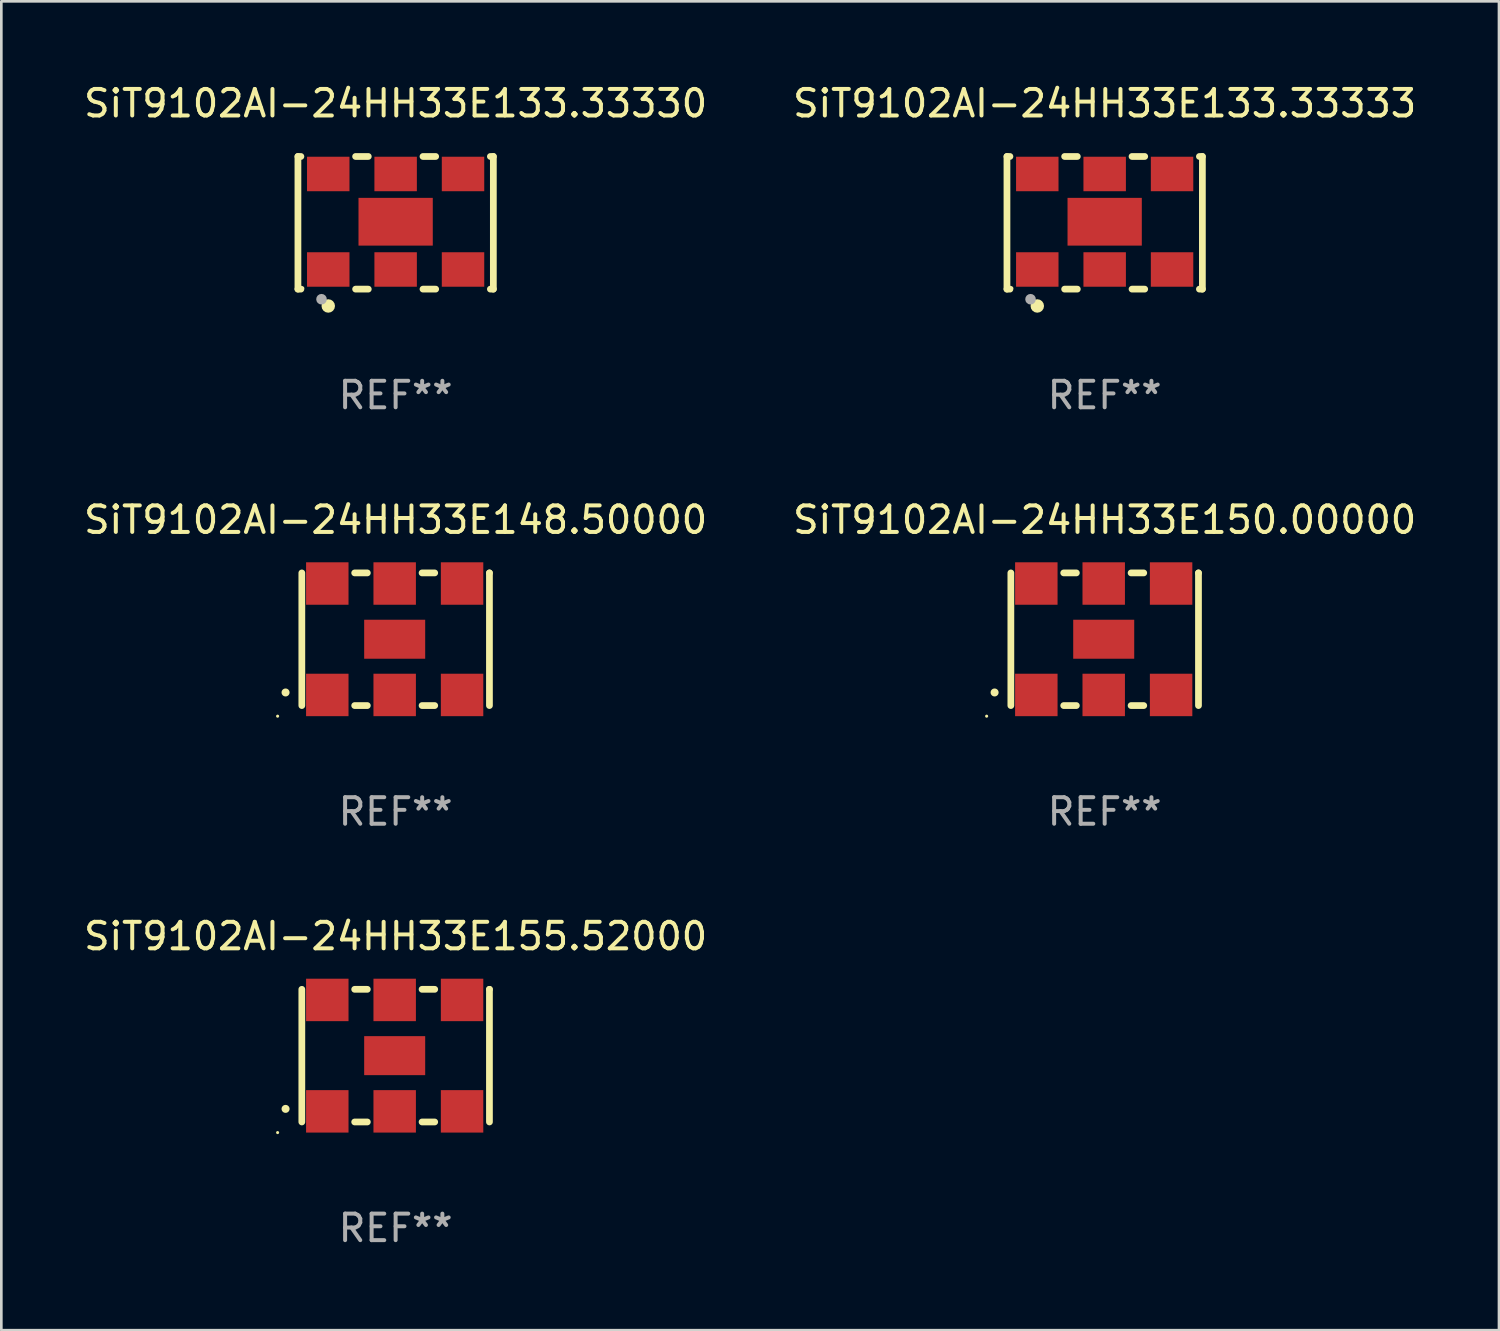
<source format=kicad_pcb>
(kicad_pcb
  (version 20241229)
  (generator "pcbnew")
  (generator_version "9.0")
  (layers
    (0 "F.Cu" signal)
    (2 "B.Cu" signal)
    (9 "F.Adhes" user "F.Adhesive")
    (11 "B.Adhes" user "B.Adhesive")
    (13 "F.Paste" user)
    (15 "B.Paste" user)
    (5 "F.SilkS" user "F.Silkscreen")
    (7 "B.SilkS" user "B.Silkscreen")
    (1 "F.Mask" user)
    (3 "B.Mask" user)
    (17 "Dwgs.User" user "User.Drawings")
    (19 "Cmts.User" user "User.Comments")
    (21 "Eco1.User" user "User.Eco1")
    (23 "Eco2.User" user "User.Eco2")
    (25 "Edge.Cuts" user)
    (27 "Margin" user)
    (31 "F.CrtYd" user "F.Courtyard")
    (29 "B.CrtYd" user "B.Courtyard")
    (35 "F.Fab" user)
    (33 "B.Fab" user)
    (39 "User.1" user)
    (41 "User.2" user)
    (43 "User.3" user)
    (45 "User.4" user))
  (footprint "SiT9102AI-24HH33E148.50000"
    (layer "F.Cu")
    (at 11.863 21.045)
    (property "Reference" "SiT9102AI-24HH33E148.50000" (at 0 -4.5 0) (layer "F.SilkS") (effects (font (size 1 1) (thickness 0.15))))
    (attr through_hole)
    (fp_line (start -3.536 -2.5) (end -3.536 2.5) (stroke (width 0.254) (type solid)) (layer "F.SilkS"))
    (fp_line (start -1.544 2.5) (end -1.067 2.5) (stroke (width 0.254) (type solid)) (layer "F.SilkS"))
    (fp_line (start -1.067 -2.5) (end -1.544 -2.5) (stroke (width 0.254) (type solid)) (layer "F.SilkS"))
    (fp_line (start 0.996 2.5) (end 1.473 2.5) (stroke (width 0.254) (type solid)) (layer "F.SilkS"))
    (fp_line (start 1.473 -2.5) (end 0.996 -2.5) (stroke (width 0.254) (type solid)) (layer "F.SilkS"))
    (fp_line (start 3.536 -2.5) (end 3.536 -2.5) (stroke (width 0.254) (type solid)) (layer "F.SilkS"))
    (fp_line (start 3.536 2.5) (end 3.536 -2.5) (stroke (width 0.254) (type solid)) (layer "F.SilkS"))
    (fp_arc (start -4.150432 2.006604) (mid -4.149162 2.006599) (end -4.147892 2.006604) (stroke (width 0.3) (type solid)) (layer "F.SilkS"))
    (fp_circle (center -4.449 2.9) (end -4.419 2.9) (stroke (width 0.06) (type solid)) (fill no) (layer "F.SilkS"))
    (fp_text user "REF**" (at 0 6.5 0) (layer "F.Fab") (effects (font (size 1 1) (thickness 0.15))))
    (pad "1" smd rect (at -2.576 2.1) (size 1.6 1.6) (layers "F.Cu" "F.Mask" "F.Paste"))
    (pad "2" smd rect (at -0.036 2.1) (size 1.6 1.6) (layers "F.Cu" "F.Mask" "F.Paste"))
    (pad "3" smd rect (at 2.504 2.1) (size 1.6 1.6) (layers "F.Cu" "F.Mask" "F.Paste"))
    (pad "4" smd rect (at 2.504 -2.1) (size 1.6 1.6) (layers "F.Cu" "F.Mask" "F.Paste"))
    (pad "5" smd rect (at -0.036 -2.1) (size 1.6 1.6) (layers "F.Cu" "F.Mask" "F.Paste"))
    (pad "6" smd rect (at -2.576 -2.1) (size 1.6 1.6) (layers "F.Cu" "F.Mask" "F.Paste"))
    (pad "7" smd rect (at -0.036 0) (size 2.3 1.47) (layers "F.Cu" "F.Mask" "F.Paste")))
  (footprint "SiT9102AI-24HH33E155.52000"
    (layer "F.Cu")
    (at 11.863 36.741)
    (property "Reference" "SiT9102AI-24HH33E155.52000" (at 0 -4.5 0) (layer "F.SilkS") (effects (font (size 1 1) (thickness 0.15))))
    (attr through_hole)
    (fp_line (start -3.536 -2.5) (end -3.536 2.5) (stroke (width 0.254) (type solid)) (layer "F.SilkS"))
    (fp_line (start -1.544 2.5) (end -1.067 2.5) (stroke (width 0.254) (type solid)) (layer "F.SilkS"))
    (fp_line (start -1.067 -2.5) (end -1.544 -2.5) (stroke (width 0.254) (type solid)) (layer "F.SilkS"))
    (fp_line (start 0.996 2.5) (end 1.473 2.5) (stroke (width 0.254) (type solid)) (layer "F.SilkS"))
    (fp_line (start 1.473 -2.5) (end 0.996 -2.5) (stroke (width 0.254) (type solid)) (layer "F.SilkS"))
    (fp_line (start 3.536 -2.5) (end 3.536 -2.5) (stroke (width 0.254) (type solid)) (layer "F.SilkS"))
    (fp_line (start 3.536 2.5) (end 3.536 -2.5) (stroke (width 0.254) (type solid)) (layer "F.SilkS"))
    (fp_arc (start -4.150432 2.006604) (mid -4.149162 2.006599) (end -4.147892 2.006604) (stroke (width 0.3) (type solid)) (layer "F.SilkS"))
    (fp_circle (center -4.449 2.9) (end -4.419 2.9) (stroke (width 0.06) (type solid)) (fill no) (layer "F.SilkS"))
    (fp_text user "REF**" (at 0 6.5 0) (layer "F.Fab") (effects (font (size 1 1) (thickness 0.15))))
    (pad "1" smd rect (at -2.576 2.1) (size 1.6 1.6) (layers "F.Cu" "F.Mask" "F.Paste"))
    (pad "2" smd rect (at -0.036 2.1) (size 1.6 1.6) (layers "F.Cu" "F.Mask" "F.Paste"))
    (pad "3" smd rect (at 2.504 2.1) (size 1.6 1.6) (layers "F.Cu" "F.Mask" "F.Paste"))
    (pad "4" smd rect (at 2.504 -2.1) (size 1.6 1.6) (layers "F.Cu" "F.Mask" "F.Paste"))
    (pad "5" smd rect (at -0.036 -2.1) (size 1.6 1.6) (layers "F.Cu" "F.Mask" "F.Paste"))
    (pad "6" smd rect (at -2.576 -2.1) (size 1.6 1.6) (layers "F.Cu" "F.Mask" "F.Paste"))
    (pad "7" smd rect (at -0.036 0) (size 2.3 1.47) (layers "F.Cu" "F.Mask" "F.Paste")))
  (footprint "SiT9102AI-24HH33E150.00000"
    (layer "F.Cu")
    (at 38.589 21.045)
    (property "Reference" "SiT9102AI-24HH33E150.00000" (at 0 -4.5 0) (layer "F.SilkS") (effects (font (size 1 1) (thickness 0.15))))
    (attr through_hole)
    (fp_line (start -3.536 -2.5) (end -3.536 2.5) (stroke (width 0.254) (type solid)) (layer "F.SilkS"))
    (fp_line (start -1.544 2.5) (end -1.067 2.5) (stroke (width 0.254) (type solid)) (layer "F.SilkS"))
    (fp_line (start -1.067 -2.5) (end -1.544 -2.5) (stroke (width 0.254) (type solid)) (layer "F.SilkS"))
    (fp_line (start 0.996 2.5) (end 1.473 2.5) (stroke (width 0.254) (type solid)) (layer "F.SilkS"))
    (fp_line (start 1.473 -2.5) (end 0.996 -2.5) (stroke (width 0.254) (type solid)) (layer "F.SilkS"))
    (fp_line (start 3.536 -2.5) (end 3.536 -2.5) (stroke (width 0.254) (type solid)) (layer "F.SilkS"))
    (fp_line (start 3.536 2.5) (end 3.536 -2.5) (stroke (width 0.254) (type solid)) (layer "F.SilkS"))
    (fp_arc (start -4.150432 2.006604) (mid -4.149162 2.006599) (end -4.147892 2.006604) (stroke (width 0.3) (type solid)) (layer "F.SilkS"))
    (fp_circle (center -4.449 2.9) (end -4.419 2.9) (stroke (width 0.06) (type solid)) (fill no) (layer "F.SilkS"))
    (fp_text user "REF**" (at 0 6.5 0) (layer "F.Fab") (effects (font (size 1 1) (thickness 0.15))))
    (pad "1" smd rect (at -2.576 2.1) (size 1.6 1.6) (layers "F.Cu" "F.Mask" "F.Paste"))
    (pad "2" smd rect (at -0.036 2.1) (size 1.6 1.6) (layers "F.Cu" "F.Mask" "F.Paste"))
    (pad "3" smd rect (at 2.504 2.1) (size 1.6 1.6) (layers "F.Cu" "F.Mask" "F.Paste"))
    (pad "4" smd rect (at 2.504 -2.1) (size 1.6 1.6) (layers "F.Cu" "F.Mask" "F.Paste"))
    (pad "5" smd rect (at -0.036 -2.1) (size 1.6 1.6) (layers "F.Cu" "F.Mask" "F.Paste"))
    (pad "6" smd rect (at -2.576 -2.1) (size 1.6 1.6) (layers "F.Cu" "F.Mask" "F.Paste"))
    (pad "7" smd rect (at -0.036 0) (size 2.3 1.47) (layers "F.Cu" "F.Mask" "F.Paste")))
  (footprint "SiT9102AI-24HH33E133.33330"
    (layer "F.Cu")
    (at 11.863 5.348)
    (property "Reference" "SiT9102AI-24HH33E133.33330" (at 0 -4.5 0) (layer "F.SilkS") (effects (font (size 1 1) (thickness 0.15))))
    (attr through_hole)
    (fp_line (start -3.683 -2.5) (end -3.571 -2.5) (stroke (width 0.254) (type solid)) (layer "F.SilkS"))
    (fp_line (start -3.683 2.5) (end -3.683 -2.5) (stroke (width 0.254) (type solid)) (layer "F.SilkS"))
    (fp_line (start -3.683 2.5) (end -3.571 2.5) (stroke (width 0.254) (type solid)) (layer "F.SilkS"))
    (fp_line (start -1.509 -2.5) (end -1.031 -2.5) (stroke (width 0.254) (type solid)) (layer "F.SilkS"))
    (fp_line (start -1.509 2.5) (end -1.031 2.5) (stroke (width 0.254) (type solid)) (layer "F.SilkS"))
    (fp_line (start 1.031 -2.5) (end 1.509 -2.5) (stroke (width 0.254) (type solid)) (layer "F.SilkS"))
    (fp_line (start 1.031 2.5) (end 1.509 2.5) (stroke (width 0.254) (type solid)) (layer "F.SilkS"))
    (fp_line (start 3.571 -2.5) (end 3.683 -2.5) (stroke (width 0.254) (type solid)) (layer "F.SilkS"))
    (fp_line (start 3.571 2.5) (end 3.683 2.5) (stroke (width 0.254) (type solid)) (layer "F.SilkS"))
    (fp_line (start 3.683 2.5) (end 3.683 -2.5) (stroke (width 0.254) (type solid)) (layer "F.SilkS"))
    (fp_circle (center -3.5 2.46) (end -3.47 2.46) (stroke (width 0.06) (type solid)) (fill no) (layer "F.SilkS"))
    (fp_circle (center -2.54 3.135) (end -2.413 3.135) (stroke (width 0.254) (type solid)) (fill no) (layer "F.SilkS"))
    (fp_circle (center -2.794 2.881) (end -2.694 2.881) (stroke (width 0.2) (type solid)) (fill no) (layer "F.Fab"))
    (fp_text user "REF**" (at 0 6.5 0) (layer "F.Fab") (effects (font (size 1 1) (thickness 0.15))))
    (pad "1" smd rect (at -2.54 1.76) (size 1.6 1.3) (layers "F.Cu" "F.Mask" "F.Paste"))
    (pad "2" smd rect (at 0 1.76) (size 1.6 1.3) (layers "F.Cu" "F.Mask" "F.Paste"))
    (pad "3" smd rect (at 2.54 1.76) (size 1.6 1.3) (layers "F.Cu" "F.Mask" "F.Paste"))
    (pad "4" smd rect (at 2.54 -1.84) (size 1.6 1.3) (layers "F.Cu" "F.Mask" "F.Paste"))
    (pad "5" smd rect (at 0 -1.84) (size 1.6 1.3) (layers "F.Cu" "F.Mask" "F.Paste"))
    (pad "6" smd rect (at -2.54 -1.84) (size 1.6 1.3) (layers "F.Cu" "F.Mask" "F.Paste"))
    (pad "7" smd rect (at 0 -0.04) (size 2.8 1.8) (layers "F.Cu" "F.Mask" "F.Paste")))
  (footprint "SiT9102AI-24HH33E133.33333"
    (layer "F.Cu")
    (at 38.589 5.348)
    (property "Reference" "SiT9102AI-24HH33E133.33333" (at 0 -4.5 0) (layer "F.SilkS") (effects (font (size 1 1) (thickness 0.15))))
    (attr through_hole)
    (fp_line (start -3.683 -2.5) (end -3.571 -2.5) (stroke (width 0.254) (type solid)) (layer "F.SilkS"))
    (fp_line (start -3.683 2.5) (end -3.683 -2.5) (stroke (width 0.254) (type solid)) (layer "F.SilkS"))
    (fp_line (start -3.683 2.5) (end -3.571 2.5) (stroke (width 0.254) (type solid)) (layer "F.SilkS"))
    (fp_line (start -1.509 -2.5) (end -1.031 -2.5) (stroke (width 0.254) (type solid)) (layer "F.SilkS"))
    (fp_line (start -1.509 2.5) (end -1.031 2.5) (stroke (width 0.254) (type solid)) (layer "F.SilkS"))
    (fp_line (start 1.031 -2.5) (end 1.509 -2.5) (stroke (width 0.254) (type solid)) (layer "F.SilkS"))
    (fp_line (start 1.031 2.5) (end 1.509 2.5) (stroke (width 0.254) (type solid)) (layer "F.SilkS"))
    (fp_line (start 3.571 -2.5) (end 3.683 -2.5) (stroke (width 0.254) (type solid)) (layer "F.SilkS"))
    (fp_line (start 3.571 2.5) (end 3.683 2.5) (stroke (width 0.254) (type solid)) (layer "F.SilkS"))
    (fp_line (start 3.683 2.5) (end 3.683 -2.5) (stroke (width 0.254) (type solid)) (layer "F.SilkS"))
    (fp_circle (center -3.5 2.46) (end -3.47 2.46) (stroke (width 0.06) (type solid)) (fill no) (layer "F.SilkS"))
    (fp_circle (center -2.54 3.135) (end -2.413 3.135) (stroke (width 0.254) (type solid)) (fill no) (layer "F.SilkS"))
    (fp_circle (center -2.794 2.881) (end -2.694 2.881) (stroke (width 0.2) (type solid)) (fill no) (layer "F.Fab"))
    (fp_text user "REF**" (at 0 6.5 0) (layer "F.Fab") (effects (font (size 1 1) (thickness 0.15))))
    (pad "1" smd rect (at -2.54 1.76) (size 1.6 1.3) (layers "F.Cu" "F.Mask" "F.Paste"))
    (pad "2" smd rect (at 0 1.76) (size 1.6 1.3) (layers "F.Cu" "F.Mask" "F.Paste"))
    (pad "3" smd rect (at 2.54 1.76) (size 1.6 1.3) (layers "F.Cu" "F.Mask" "F.Paste"))
    (pad "4" smd rect (at 2.54 -1.84) (size 1.6 1.3) (layers "F.Cu" "F.Mask" "F.Paste"))
    (pad "5" smd rect (at 0 -1.84) (size 1.6 1.3) (layers "F.Cu" "F.Mask" "F.Paste"))
    (pad "6" smd rect (at -2.54 -1.84) (size 1.6 1.3) (layers "F.Cu" "F.Mask" "F.Paste"))
    (pad "7" smd rect (at 0 -0.04) (size 2.8 1.8) (layers "F.Cu" "F.Mask" "F.Paste")))
  (gr_rect
    (start -3 -3)
    (end 53.452 47.09)
    (stroke (width 0.1) (type default))
    (fill no)
    (layer "Edge.Cuts")))
</source>
